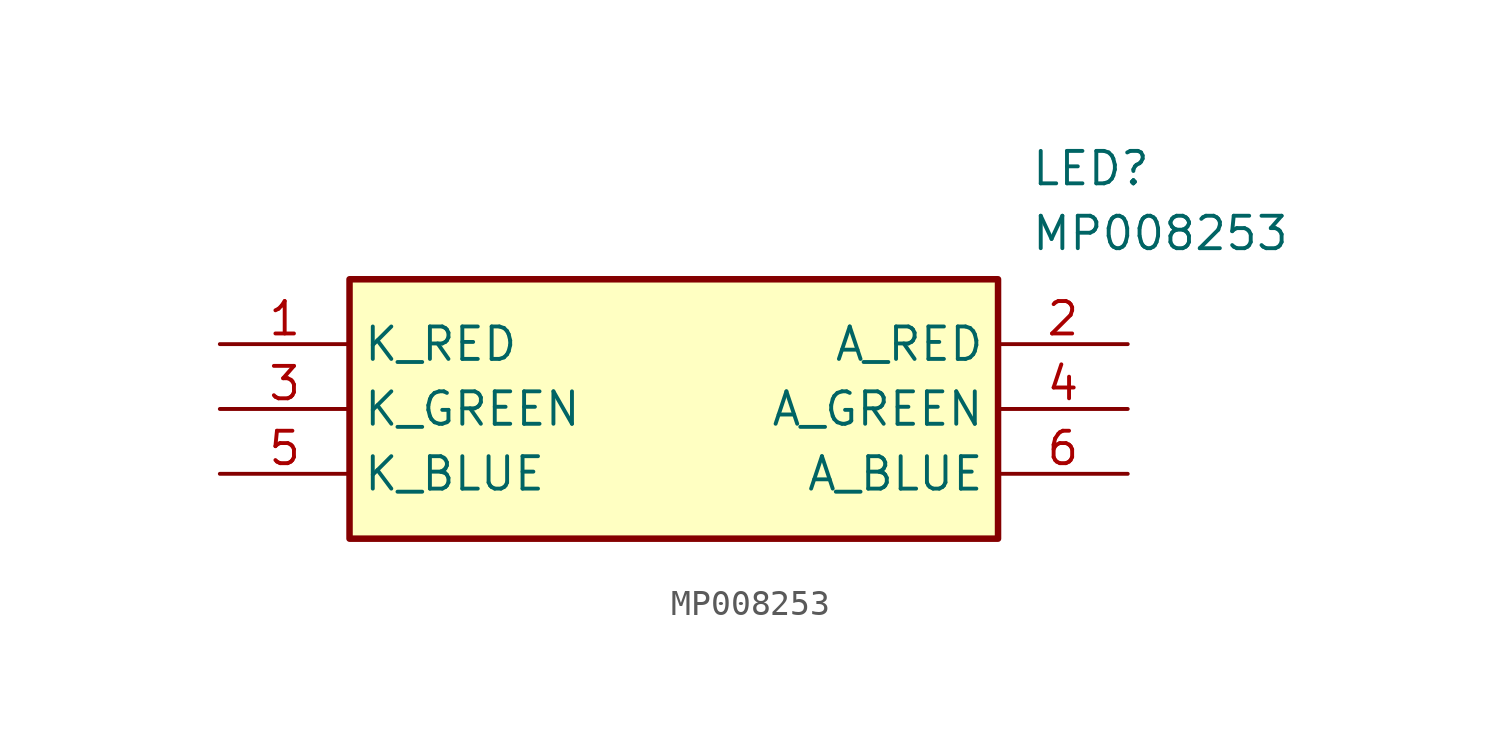
<source format=kicad_sym>
(kicad_symbol_lib
  (version 20211014)
  (generator SamacSys_ECAD_Model)
  (symbol "MP008253"
    (property "Reference" "LED"
      (at 31.75 7.62 0)
      (effects (font (size 1.27 1.27)) (justify left top)))
    (property "Value" "MP008253"
      (at 31.75 5.08 0)
      (effects (font (size 1.27 1.27)) (justify left top)))
    (rectangle
      (start 5.08 2.54)
      (end 30.48 -7.62)
      (stroke (width 0.254) (type default))
      (fill (type background)))
    (pin passive line
      (at 0 0 0)
      (length 5.08)
      (name "K_RED" (effects (font (size 1.27 1.27))))
      (number "1" (effects (font (size 1.27 1.27)))))
    (pin passive line
      (at 35.56 0 180)
      (length 5.08)
      (name "A_RED" (effects (font (size 1.27 1.27))))
      (number "2" (effects (font (size 1.27 1.27)))))
    (pin passive line
      (at 0 -2.54 0)
      (length 5.08)
      (name "K_GREEN" (effects (font (size 1.27 1.27))))
      (number "3" (effects (font (size 1.27 1.27)))))
    (pin passive line
      (at 35.56 -2.54 180)
      (length 5.08)
      (name "A_GREEN" (effects (font (size 1.27 1.27))))
      (number "4" (effects (font (size 1.27 1.27)))))
    (pin passive line
      (at 0 -5.08 0)
      (length 5.08)
      (name "K_BLUE" (effects (font (size 1.27 1.27))))
      (number "5" (effects (font (size 1.27 1.27)))))
    (pin passive line
      (at 35.56 -5.08 180)
      (length 5.08)
      (name "A_BLUE" (effects (font (size 1.27 1.27))))
      (number "6" (effects (font (size 1.27 1.27)))))))
</source>
